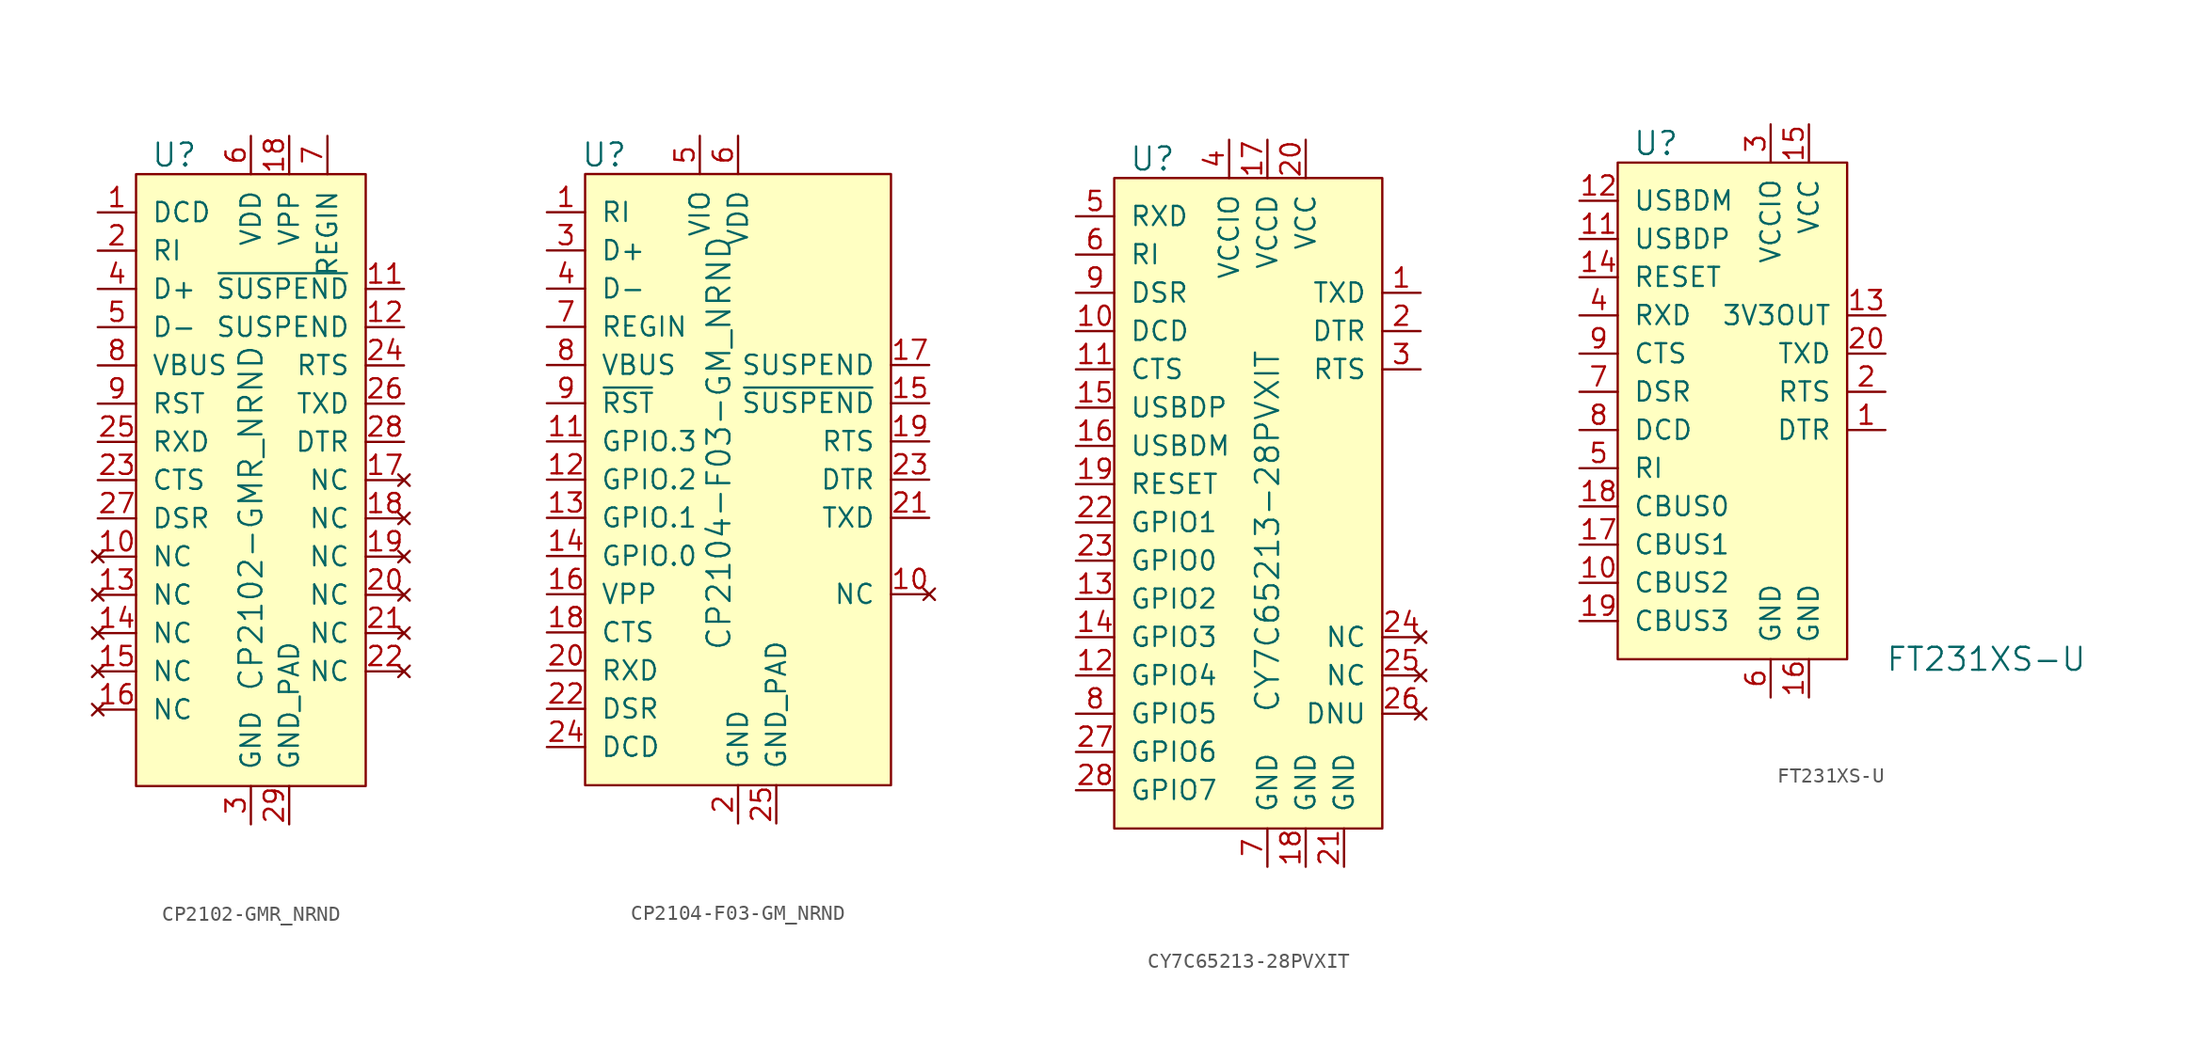
<source format=kicad_sym>
(kicad_symbol_lib
  (version 20211014)
  (generator kicad_symbol_editor)
  (symbol "CP2102-GMR_NRND"
    (pin_names
      (offset 1.016))
    (property "Reference" "U"
      (at -2.54 19.05 0)
      (effects (font (size 1.524 1.524))))
    (property "Value" "CP2102-GMR_NRND"
      (at 2.54 -5.08 90)
      (effects (font (size 1.524 1.524))))
    (symbol "CP2102-GMR_NRND_0_1"
      (rectangle (start -5.08 17.78) (end 10.16 -22.86) (stroke (width 0) (type default) (color 0 0 0 0)) (fill (type background))))
    (symbol "CP2102-GMR_NRND_1_1"
      (pin input line (at -7.62 15.24 0) (length 2.54) (name "DCD" (effects (font (size 1.27 1.27)))) (number "1" (effects (font (size 1.27 1.27)))))
      (pin no_connect line (at -7.62 -7.62 0) (length 2.54) (name "NC" (effects (font (size 1.27 1.27)))) (number "10" (effects (font (size 1.27 1.27)))))
      (pin output line (at 12.7 10.16 180) (length 2.54) (name "~{SUSPEND}" (effects (font (size 1.27 1.27)))) (number "11" (effects (font (size 1.27 1.27)))))
      (pin output line (at 12.7 7.62 180) (length 2.54) (name "SUSPEND" (effects (font (size 1.27 1.27)))) (number "12" (effects (font (size 1.27 1.27)))))
      (pin no_connect line (at -7.62 -10.16 0) (length 2.54) (name "NC" (effects (font (size 1.27 1.27)))) (number "13" (effects (font (size 1.27 1.27)))))
      (pin no_connect line (at -7.62 -12.7 0) (length 2.54) (name "NC" (effects (font (size 1.27 1.27)))) (number "14" (effects (font (size 1.27 1.27)))))
      (pin no_connect line (at -7.62 -15.24 0) (length 2.54) (name "NC" (effects (font (size 1.27 1.27)))) (number "15" (effects (font (size 1.27 1.27)))))
      (pin no_connect line (at -7.62 -17.78 0) (length 2.54) (name "NC" (effects (font (size 1.27 1.27)))) (number "16" (effects (font (size 1.27 1.27)))))
      (pin no_connect line (at 12.7 -2.54 180) (length 2.54) (name "NC" (effects (font (size 1.27 1.27)))) (number "17" (effects (font (size 1.27 1.27)))))
      (pin no_connect line (at 12.7 -5.08 180) (length 2.54) (name "NC" (effects (font (size 1.27 1.27)))) (number "18" (effects (font (size 1.27 1.27)))))
      (pin power_in line (at 5.08 20.32 270) (length 2.54) (name "VPP" (effects (font (size 1.27 1.27)))) (number "18" (effects (font (size 1.27 1.27)))))
      (pin no_connect line (at 12.7 -7.62 180) (length 2.54) (name "NC" (effects (font (size 1.27 1.27)))) (number "19" (effects (font (size 1.27 1.27)))))
      (pin input line (at -7.62 12.7 0) (length 2.54) (name "RI" (effects (font (size 1.27 1.27)))) (number "2" (effects (font (size 1.27 1.27)))))
      (pin no_connect line (at 12.7 -10.16 180) (length 2.54) (name "NC" (effects (font (size 1.27 1.27)))) (number "20" (effects (font (size 1.27 1.27)))))
      (pin no_connect line (at 12.7 -12.7 180) (length 2.54) (name "NC" (effects (font (size 1.27 1.27)))) (number "21" (effects (font (size 1.27 1.27)))))
      (pin no_connect line (at 12.7 -15.24 180) (length 2.54) (name "NC" (effects (font (size 1.27 1.27)))) (number "22" (effects (font (size 1.27 1.27)))))
      (pin input line (at -7.62 -2.54 0) (length 2.54) (name "CTS" (effects (font (size 1.27 1.27)))) (number "23" (effects (font (size 1.27 1.27)))))
      (pin output line (at 12.7 5.08 180) (length 2.54) (name "RTS" (effects (font (size 1.27 1.27)))) (number "24" (effects (font (size 1.27 1.27)))))
      (pin input line (at -7.62 0 0) (length 2.54) (name "RXD" (effects (font (size 1.27 1.27)))) (number "25" (effects (font (size 1.27 1.27)))))
      (pin output line (at 12.7 2.54 180) (length 2.54) (name "TXD" (effects (font (size 1.27 1.27)))) (number "26" (effects (font (size 1.27 1.27)))))
      (pin input line (at -7.62 -5.08 0) (length 2.54) (name "DSR" (effects (font (size 1.27 1.27)))) (number "27" (effects (font (size 1.27 1.27)))))
      (pin output line (at 12.7 0 180) (length 2.54) (name "DTR" (effects (font (size 1.27 1.27)))) (number "28" (effects (font (size 1.27 1.27)))))
      (pin power_in line (at 5.08 -25.4 90) (length 2.54) (name "GND_PAD" (effects (font (size 1.27 1.27)))) (number "29" (effects (font (size 1.27 1.27)))))
      (pin power_in line (at 2.54 -25.4 90) (length 2.54) (name "GND" (effects (font (size 1.27 1.27)))) (number "3" (effects (font (size 1.27 1.27)))))
      (pin bidirectional line (at -7.62 10.16 0) (length 2.54) (name "D+" (effects (font (size 1.27 1.27)))) (number "4" (effects (font (size 1.27 1.27)))))
      (pin bidirectional line (at -7.62 7.62 0) (length 2.54) (name "D-" (effects (font (size 1.27 1.27)))) (number "5" (effects (font (size 1.27 1.27)))))
      (pin passive line (at 2.54 20.32 270) (length 2.54) (name "VDD" (effects (font (size 1.27 1.27)))) (number "6" (effects (font (size 1.27 1.27)))))
      (pin power_in line (at 7.62 20.32 270) (length 2.54) (name "REGIN" (effects (font (size 1.27 1.27)))) (number "7" (effects (font (size 1.27 1.27)))))
      (pin input line (at -7.62 5.08 0) (length 2.54) (name "VBUS" (effects (font (size 1.27 1.27)))) (number "8" (effects (font (size 1.27 1.27)))))
      (pin bidirectional line (at -7.62 2.54 0) (length 2.54) (name "RST" (effects (font (size 1.27 1.27)))) (number "9" (effects (font (size 1.27 1.27)))))))
  (symbol "CP2104-F03-GM_NRND"
    (pin_names
      (offset 1.016))
    (property "Reference" "U"
      (at -8.89 16.51 0)
      (effects (font (size 1.524 1.524))))
    (property "Value" "CP2104-F03-GM_NRND"
      (at -1.27 -16.51 90)
      (effects (font (size 1.524 1.524)) (justify left)))
    (symbol "CP2104-F03-GM_NRND_0_1"
      (rectangle (start -10.16 15.24) (end 10.16 -25.4) (stroke (width 0) (type default) (color 0 0 0 0)) (fill (type background))))
    (symbol "CP2104-F03-GM_NRND_1_1"
      (pin input line (at -12.7 12.7 0) (length 2.54) (name "RI" (effects (font (size 1.27 1.27)))) (number "1" (effects (font (size 1.27 1.27)))))
      (pin no_connect line (at 12.7 -12.7 180) (length 2.54) (name "NC" (effects (font (size 1.27 1.27)))) (number "10" (effects (font (size 1.27 1.27)))))
      (pin bidirectional line (at -12.7 -2.54 0) (length 2.54) (name "GPIO.3" (effects (font (size 1.27 1.27)))) (number "11" (effects (font (size 1.27 1.27)))))
      (pin bidirectional line (at -12.7 -5.08 0) (length 2.54) (name "GPIO.2" (effects (font (size 1.27 1.27)))) (number "12" (effects (font (size 1.27 1.27)))))
      (pin bidirectional line (at -12.7 -7.62 0) (length 2.54) (name "GPIO.1" (effects (font (size 1.27 1.27)))) (number "13" (effects (font (size 1.27 1.27)))))
      (pin bidirectional line (at -12.7 -10.16 0) (length 2.54) (name "GPIO.0" (effects (font (size 1.27 1.27)))) (number "14" (effects (font (size 1.27 1.27)))))
      (pin output line (at 12.7 0 180) (length 2.54) (name "~{SUSPEND}" (effects (font (size 1.27 1.27)))) (number "15" (effects (font (size 1.27 1.27)))))
      (pin input line (at -12.7 -12.7 0) (length 2.54) (name "VPP" (effects (font (size 1.27 1.27)))) (number "16" (effects (font (size 1.27 1.27)))))
      (pin output line (at 12.7 2.54 180) (length 2.54) (name "SUSPEND" (effects (font (size 1.27 1.27)))) (number "17" (effects (font (size 1.27 1.27)))))
      (pin input line (at -12.7 -15.24 0) (length 2.54) (name "CTS" (effects (font (size 1.27 1.27)))) (number "18" (effects (font (size 1.27 1.27)))))
      (pin output line (at 12.7 -2.54 180) (length 2.54) (name "RTS" (effects (font (size 1.27 1.27)))) (number "19" (effects (font (size 1.27 1.27)))))
      (pin power_in line (at 0 -27.94 90) (length 2.54) (name "GND" (effects (font (size 1.27 1.27)))) (number "2" (effects (font (size 1.27 1.27)))))
      (pin input line (at -12.7 -17.78 0) (length 2.54) (name "RXD" (effects (font (size 1.27 1.27)))) (number "20" (effects (font (size 1.27 1.27)))))
      (pin output line (at 12.7 -7.62 180) (length 2.54) (name "TXD" (effects (font (size 1.27 1.27)))) (number "21" (effects (font (size 1.27 1.27)))))
      (pin input line (at -12.7 -20.32 0) (length 2.54) (name "DSR" (effects (font (size 1.27 1.27)))) (number "22" (effects (font (size 1.27 1.27)))))
      (pin output line (at 12.7 -5.08 180) (length 2.54) (name "DTR" (effects (font (size 1.27 1.27)))) (number "23" (effects (font (size 1.27 1.27)))))
      (pin input line (at -12.7 -22.86 0) (length 2.54) (name "DCD" (effects (font (size 1.27 1.27)))) (number "24" (effects (font (size 1.27 1.27)))))
      (pin power_in line (at 2.54 -27.94 90) (length 2.54) (name "GND_PAD" (effects (font (size 1.27 1.27)))) (number "25" (effects (font (size 1.27 1.27)))))
      (pin bidirectional line (at -12.7 10.16 0) (length 2.54) (name "D+" (effects (font (size 1.27 1.27)))) (number "3" (effects (font (size 1.27 1.27)))))
      (pin bidirectional line (at -12.7 7.62 0) (length 2.54) (name "D-" (effects (font (size 1.27 1.27)))) (number "4" (effects (font (size 1.27 1.27)))))
      (pin power_in line (at -2.54 17.78 270) (length 2.54) (name "VIO" (effects (font (size 1.27 1.27)))) (number "5" (effects (font (size 1.27 1.27)))))
      (pin power_in line (at 0 17.78 270) (length 2.54) (name "VDD" (effects (font (size 1.27 1.27)))) (number "6" (effects (font (size 1.27 1.27)))))
      (pin input line (at -12.7 5.08 0) (length 2.54) (name "REGIN" (effects (font (size 1.27 1.27)))) (number "7" (effects (font (size 1.27 1.27)))))
      (pin input line (at -12.7 2.54 0) (length 2.54) (name "VBUS" (effects (font (size 1.27 1.27)))) (number "8" (effects (font (size 1.27 1.27)))))
      (pin bidirectional line (at -12.7 0 0) (length 2.54) (name "~{RST}" (effects (font (size 1.27 1.27)))) (number "9" (effects (font (size 1.27 1.27)))))))
  (symbol "CY7C65213-28PVXIT"
    (pin_names
      (offset 1.016))
    (property "Reference" "U"
      (at -7.62 21.59 0)
      (effects (font (size 1.524 1.524))))
    (property "Value" "CY7C65213-28PVXIT"
      (at 0 -15.24 90)
      (effects (font (size 1.524 1.524)) (justify left)))
    (symbol "CY7C65213-28PVXIT_0_1"
      (rectangle (start -10.16 20.32) (end 7.62 -22.86) (stroke (width 0) (type default) (color 0 0 0 0)) (fill (type background))))
    (symbol "CY7C65213-28PVXIT_1_1"
      (pin output line (at 10.16 12.7 180) (length 2.54) (name "TXD" (effects (font (size 1.27 1.27)))) (number "1" (effects (font (size 1.27 1.27)))))
      (pin input line (at -12.7 10.16 0) (length 2.54) (name "DCD" (effects (font (size 1.27 1.27)))) (number "10" (effects (font (size 1.27 1.27)))))
      (pin input line (at -12.7 7.62 0) (length 2.54) (name "CTS" (effects (font (size 1.27 1.27)))) (number "11" (effects (font (size 1.27 1.27)))))
      (pin bidirectional line (at -12.7 -12.7 0) (length 2.54) (name "GPIO4" (effects (font (size 1.27 1.27)))) (number "12" (effects (font (size 1.27 1.27)))))
      (pin bidirectional line (at -12.7 -7.62 0) (length 2.54) (name "GPIO2" (effects (font (size 1.27 1.27)))) (number "13" (effects (font (size 1.27 1.27)))))
      (pin bidirectional line (at -12.7 -10.16 0) (length 2.54) (name "GPIO3" (effects (font (size 1.27 1.27)))) (number "14" (effects (font (size 1.27 1.27)))))
      (pin bidirectional line (at -12.7 5.08 0) (length 2.54) (name "USBDP" (effects (font (size 1.27 1.27)))) (number "15" (effects (font (size 1.27 1.27)))))
      (pin bidirectional line (at -12.7 2.54 0) (length 2.54) (name "USBDM" (effects (font (size 1.27 1.27)))) (number "16" (effects (font (size 1.27 1.27)))))
      (pin power_in line (at 0 22.86 270) (length 2.54) (name "VCCD" (effects (font (size 1.27 1.27)))) (number "17" (effects (font (size 1.27 1.27)))))
      (pin power_in line (at 2.54 -25.4 90) (length 2.54) (name "GND" (effects (font (size 1.27 1.27)))) (number "18" (effects (font (size 1.27 1.27)))))
      (pin input line (at -12.7 0 0) (length 2.54) (name "RESET" (effects (font (size 1.27 1.27)))) (number "19" (effects (font (size 1.27 1.27)))))
      (pin output line (at 10.16 10.16 180) (length 2.54) (name "DTR" (effects (font (size 1.27 1.27)))) (number "2" (effects (font (size 1.27 1.27)))))
      (pin power_in line (at 2.54 22.86 270) (length 2.54) (name "VCC" (effects (font (size 1.27 1.27)))) (number "20" (effects (font (size 1.27 1.27)))))
      (pin power_in line (at 5.08 -25.4 90) (length 2.54) (name "GND" (effects (font (size 1.27 1.27)))) (number "21" (effects (font (size 1.27 1.27)))))
      (pin bidirectional line (at -12.7 -2.54 0) (length 2.54) (name "GPIO1" (effects (font (size 1.27 1.27)))) (number "22" (effects (font (size 1.27 1.27)))))
      (pin bidirectional line (at -12.7 -5.08 0) (length 2.54) (name "GPIO0" (effects (font (size 1.27 1.27)))) (number "23" (effects (font (size 1.27 1.27)))))
      (pin no_connect line (at 10.16 -10.16 180) (length 2.54) (name "NC" (effects (font (size 1.27 1.27)))) (number "24" (effects (font (size 1.27 1.27)))))
      (pin no_connect line (at 10.16 -12.7 180) (length 2.54) (name "NC" (effects (font (size 1.27 1.27)))) (number "25" (effects (font (size 1.27 1.27)))))
      (pin no_connect line (at 10.16 -15.24 180) (length 2.54) (name "DNU" (effects (font (size 1.27 1.27)))) (number "26" (effects (font (size 1.27 1.27)))))
      (pin bidirectional line (at -12.7 -17.78 0) (length 2.54) (name "GPIO6" (effects (font (size 1.27 1.27)))) (number "27" (effects (font (size 1.27 1.27)))))
      (pin bidirectional line (at -12.7 -20.32 0) (length 2.54) (name "GPIO7" (effects (font (size 1.27 1.27)))) (number "28" (effects (font (size 1.27 1.27)))))
      (pin output line (at 10.16 7.62 180) (length 2.54) (name "RTS" (effects (font (size 1.27 1.27)))) (number "3" (effects (font (size 1.27 1.27)))))
      (pin power_in line (at -2.54 22.86 270) (length 2.54) (name "VCCIO" (effects (font (size 1.27 1.27)))) (number "4" (effects (font (size 1.27 1.27)))))
      (pin input line (at -12.7 17.78 0) (length 2.54) (name "RXD" (effects (font (size 1.27 1.27)))) (number "5" (effects (font (size 1.27 1.27)))))
      (pin input line (at -12.7 15.24 0) (length 2.54) (name "RI" (effects (font (size 1.27 1.27)))) (number "6" (effects (font (size 1.27 1.27)))))
      (pin power_in line (at 0 -25.4 90) (length 2.54) (name "GND" (effects (font (size 1.27 1.27)))) (number "7" (effects (font (size 1.27 1.27)))))
      (pin bidirectional line (at -12.7 -15.24 0) (length 2.54) (name "GPIO5" (effects (font (size 1.27 1.27)))) (number "8" (effects (font (size 1.27 1.27)))))
      (pin input line (at -12.7 12.7 0) (length 2.54) (name "DSR" (effects (font (size 1.27 1.27)))) (number "9" (effects (font (size 1.27 1.27)))))))
  (symbol "FT231XS-U"
    (pin_names
      (offset 1.016))
    (property "Reference" "U"
      (at -5.08 8.89 0)
      (effects (font (size 1.524 1.524))))
    (property "Value" "FT231XS-U"
      (at 10.16 -25.4 0)
      (effects (font (size 1.524 1.524)) (justify left)))
    (symbol "FT231XS-U_0_1"
      (rectangle (start -7.62 7.62) (end 7.62 -25.4) (stroke (width 0) (type default) (color 0 0 0 0)) (fill (type background))))
    (symbol "FT231XS-U_1_1"
      (pin output line (at 10.16 -10.16 180) (length 2.54) (name "DTR" (effects (font (size 1.27 1.27)))) (number "1" (effects (font (size 1.27 1.27)))))
      (pin bidirectional line (at -10.16 -20.32 0) (length 2.54) (name "CBUS2" (effects (font (size 1.27 1.27)))) (number "10" (effects (font (size 1.27 1.27)))))
      (pin input line (at -10.16 2.54 0) (length 2.54) (name "USBDP" (effects (font (size 1.27 1.27)))) (number "11" (effects (font (size 1.27 1.27)))))
      (pin input line (at -10.16 5.08 0) (length 2.54) (name "USBDM" (effects (font (size 1.27 1.27)))) (number "12" (effects (font (size 1.27 1.27)))))
      (pin passive line (at 10.16 -2.54 180) (length 2.54) (name "3V3OUT" (effects (font (size 1.27 1.27)))) (number "13" (effects (font (size 1.27 1.27)))))
      (pin input line (at -10.16 0 0) (length 2.54) (name "RESET" (effects (font (size 1.27 1.27)))) (number "14" (effects (font (size 1.27 1.27)))))
      (pin power_in line (at 5.08 10.16 270) (length 2.54) (name "VCC" (effects (font (size 1.27 1.27)))) (number "15" (effects (font (size 1.27 1.27)))))
      (pin power_in line (at 5.08 -27.94 90) (length 2.54) (name "GND" (effects (font (size 1.27 1.27)))) (number "16" (effects (font (size 1.27 1.27)))))
      (pin bidirectional line (at -10.16 -17.78 0) (length 2.54) (name "CBUS1" (effects (font (size 1.27 1.27)))) (number "17" (effects (font (size 1.27 1.27)))))
      (pin bidirectional line (at -10.16 -15.24 0) (length 2.54) (name "CBUS0" (effects (font (size 1.27 1.27)))) (number "18" (effects (font (size 1.27 1.27)))))
      (pin bidirectional line (at -10.16 -22.86 0) (length 2.54) (name "CBUS3" (effects (font (size 1.27 1.27)))) (number "19" (effects (font (size 1.27 1.27)))))
      (pin output line (at 10.16 -7.62 180) (length 2.54) (name "RTS" (effects (font (size 1.27 1.27)))) (number "2" (effects (font (size 1.27 1.27)))))
      (pin output line (at 10.16 -5.08 180) (length 2.54) (name "TXD" (effects (font (size 1.27 1.27)))) (number "20" (effects (font (size 1.27 1.27)))))
      (pin power_in line (at 2.54 10.16 270) (length 2.54) (name "VCCIO" (effects (font (size 1.27 1.27)))) (number "3" (effects (font (size 1.27 1.27)))))
      (pin input line (at -10.16 -2.54 0) (length 2.54) (name "RXD" (effects (font (size 1.27 1.27)))) (number "4" (effects (font (size 1.27 1.27)))))
      (pin input line (at -10.16 -12.7 0) (length 2.54) (name "RI" (effects (font (size 1.27 1.27)))) (number "5" (effects (font (size 1.27 1.27)))))
      (pin power_in line (at 2.54 -27.94 90) (length 2.54) (name "GND" (effects (font (size 1.27 1.27)))) (number "6" (effects (font (size 1.27 1.27)))))
      (pin input line (at -10.16 -7.62 0) (length 2.54) (name "DSR" (effects (font (size 1.27 1.27)))) (number "7" (effects (font (size 1.27 1.27)))))
      (pin input line (at -10.16 -10.16 0) (length 2.54) (name "DCD" (effects (font (size 1.27 1.27)))) (number "8" (effects (font (size 1.27 1.27)))))
      (pin input line (at -10.16 -5.08 0) (length 2.54) (name "CTS" (effects (font (size 1.27 1.27)))) (number "9" (effects (font (size 1.27 1.27))))))))
</source>
